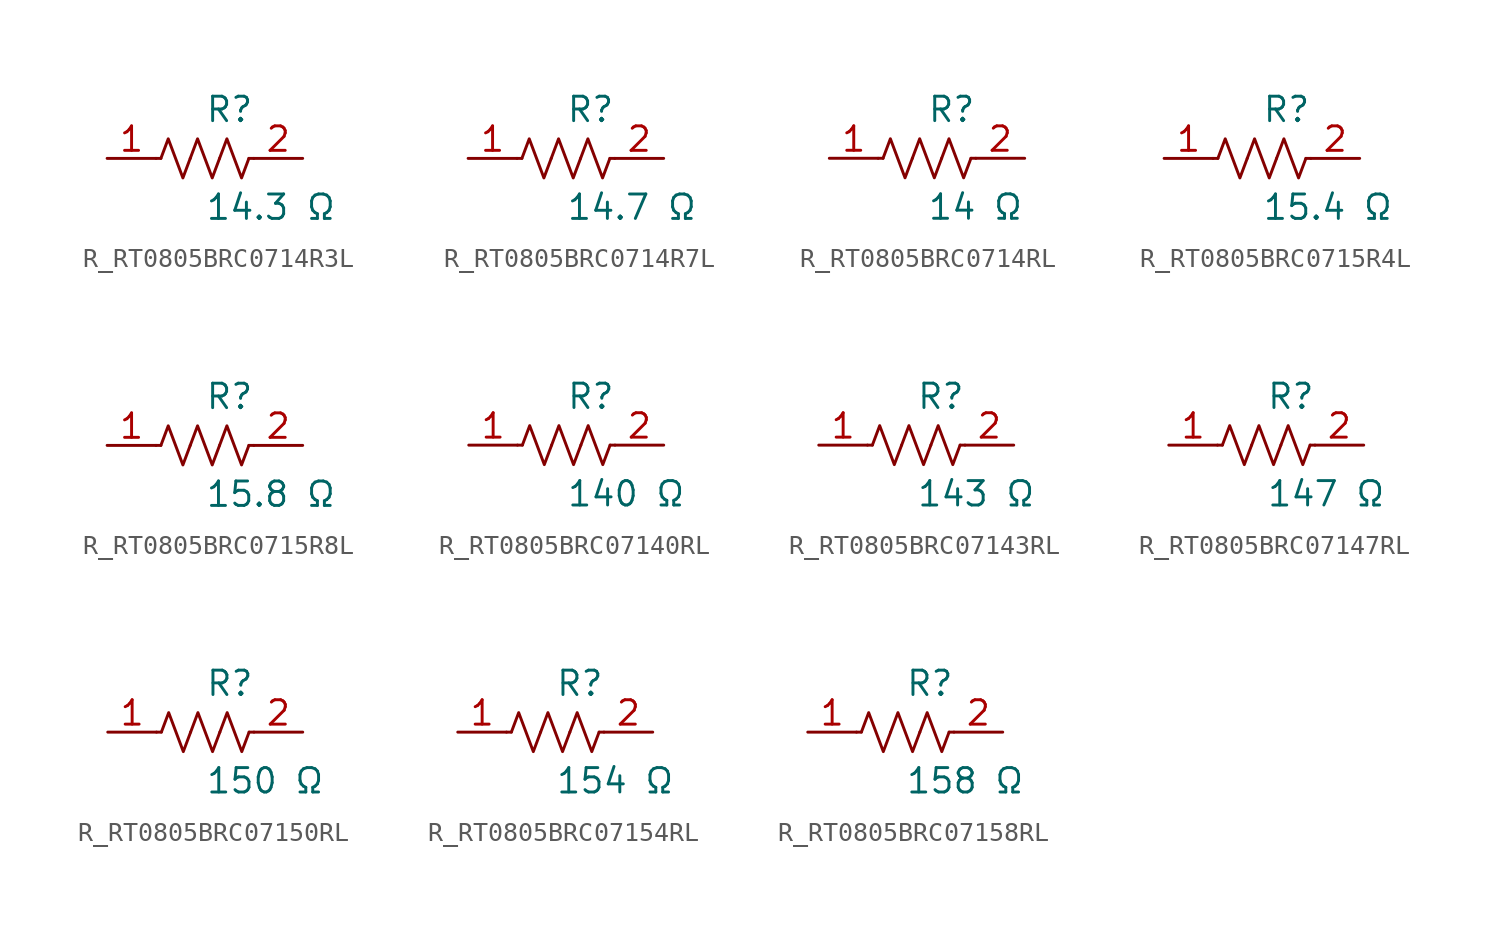
<source format=kicad_sym>
(kicad_symbol_lib
  (version 20231120)
  (generator kicad_symbol_editor)
  (generator_version 8.0)
  (symbol "R_RT0805BRC0714R3L"
    (pin_names
      (offset 0.254))
    (property "Reference" "R"
      (at 0.0 2.54 0)
      (effects (font (size 1.27 1.27)) (justify left)))
    (property "Value" "14.3 Ω"
      (at 0.0 -2.54 0)
      (effects (font (size 1.27 1.27)) (justify left)))
    (symbol "R_RT0805BRC0714R3L_0_1"
      (polyline (pts (xy 2.286 0) (xy 2.54 0)) (stroke (width 0) (type default)) (fill (type none)))
      (polyline (pts (xy -2.286 0) (xy -2.54 0)) (stroke (width 0) (type default)) (fill (type none)))
      (polyline (pts (xy 0.762 0) (xy 1.143 1.016) (xy 1.524 0) (xy 1.905 -1.016) (xy 2.286 0)) (stroke (width 0) (type default)) (fill (type none)))
      (polyline (pts (xy -0.762 0) (xy -0.381 1.016) (xy 0 0) (xy 0.381 -1.016) (xy 0.762 0)) (stroke (width 0) (type default)) (fill (type none)))
      (polyline (pts (xy -2.286 0) (xy -1.905 1.016) (xy -1.524 0) (xy -1.143 -1.016) (xy -0.762 0)) (stroke (width 0) (type default)) (fill (type none))))
    (pin unspecified line
      (at -5.08 0 0)
      (length 2.54)
      (name "" (effects (font (size 1.27 1.27))))
      (number "1" (effects (font (size 1.27 1.27)))))
    (pin unspecified line
      (at 5.08 0 180)
      (length 2.54)
      (name "" (effects (font (size 1.27 1.27))))
      (number "2" (effects (font (size 1.27 1.27))))))
  (symbol "R_RT0805BRC0714R7L"
    (pin_names
      (offset 0.254))
    (property "Reference" "R"
      (at 0.0 2.54 0)
      (effects (font (size 1.27 1.27)) (justify left)))
    (property "Value" "14.7 Ω"
      (at 0.0 -2.54 0)
      (effects (font (size 1.27 1.27)) (justify left)))
    (symbol "R_RT0805BRC0714R7L_0_1"
      (polyline (pts (xy 2.286 0) (xy 2.54 0)) (stroke (width 0) (type default)) (fill (type none)))
      (polyline (pts (xy -2.286 0) (xy -2.54 0)) (stroke (width 0) (type default)) (fill (type none)))
      (polyline (pts (xy 0.762 0) (xy 1.143 1.016) (xy 1.524 0) (xy 1.905 -1.016) (xy 2.286 0)) (stroke (width 0) (type default)) (fill (type none)))
      (polyline (pts (xy -0.762 0) (xy -0.381 1.016) (xy 0 0) (xy 0.381 -1.016) (xy 0.762 0)) (stroke (width 0) (type default)) (fill (type none)))
      (polyline (pts (xy -2.286 0) (xy -1.905 1.016) (xy -1.524 0) (xy -1.143 -1.016) (xy -0.762 0)) (stroke (width 0) (type default)) (fill (type none))))
    (pin unspecified line
      (at -5.08 0 0)
      (length 2.54)
      (name "" (effects (font (size 1.27 1.27))))
      (number "1" (effects (font (size 1.27 1.27)))))
    (pin unspecified line
      (at 5.08 0 180)
      (length 2.54)
      (name "" (effects (font (size 1.27 1.27))))
      (number "2" (effects (font (size 1.27 1.27))))))
  (symbol "R_RT0805BRC0714RL"
    (pin_names
      (offset 0.254))
    (property "Reference" "R"
      (at 0.0 2.54 0)
      (effects (font (size 1.27 1.27)) (justify left)))
    (property "Value" "14 Ω"
      (at 0.0 -2.54 0)
      (effects (font (size 1.27 1.27)) (justify left)))
    (symbol "R_RT0805BRC0714RL_0_1"
      (polyline (pts (xy 2.286 0) (xy 2.54 0)) (stroke (width 0) (type default)) (fill (type none)))
      (polyline (pts (xy -2.286 0) (xy -2.54 0)) (stroke (width 0) (type default)) (fill (type none)))
      (polyline (pts (xy 0.762 0) (xy 1.143 1.016) (xy 1.524 0) (xy 1.905 -1.016) (xy 2.286 0)) (stroke (width 0) (type default)) (fill (type none)))
      (polyline (pts (xy -0.762 0) (xy -0.381 1.016) (xy 0 0) (xy 0.381 -1.016) (xy 0.762 0)) (stroke (width 0) (type default)) (fill (type none)))
      (polyline (pts (xy -2.286 0) (xy -1.905 1.016) (xy -1.524 0) (xy -1.143 -1.016) (xy -0.762 0)) (stroke (width 0) (type default)) (fill (type none))))
    (pin unspecified line
      (at -5.08 0 0)
      (length 2.54)
      (name "" (effects (font (size 1.27 1.27))))
      (number "1" (effects (font (size 1.27 1.27)))))
    (pin unspecified line
      (at 5.08 0 180)
      (length 2.54)
      (name "" (effects (font (size 1.27 1.27))))
      (number "2" (effects (font (size 1.27 1.27))))))
  (symbol "R_RT0805BRC0715R4L"
    (pin_names
      (offset 0.254))
    (property "Reference" "R"
      (at 0.0 2.54 0)
      (effects (font (size 1.27 1.27)) (justify left)))
    (property "Value" "15.4 Ω"
      (at 0.0 -2.54 0)
      (effects (font (size 1.27 1.27)) (justify left)))
    (symbol "R_RT0805BRC0715R4L_0_1"
      (polyline (pts (xy 2.286 0) (xy 2.54 0)) (stroke (width 0) (type default)) (fill (type none)))
      (polyline (pts (xy -2.286 0) (xy -2.54 0)) (stroke (width 0) (type default)) (fill (type none)))
      (polyline (pts (xy 0.762 0) (xy 1.143 1.016) (xy 1.524 0) (xy 1.905 -1.016) (xy 2.286 0)) (stroke (width 0) (type default)) (fill (type none)))
      (polyline (pts (xy -0.762 0) (xy -0.381 1.016) (xy 0 0) (xy 0.381 -1.016) (xy 0.762 0)) (stroke (width 0) (type default)) (fill (type none)))
      (polyline (pts (xy -2.286 0) (xy -1.905 1.016) (xy -1.524 0) (xy -1.143 -1.016) (xy -0.762 0)) (stroke (width 0) (type default)) (fill (type none))))
    (pin unspecified line
      (at -5.08 0 0)
      (length 2.54)
      (name "" (effects (font (size 1.27 1.27))))
      (number "1" (effects (font (size 1.27 1.27)))))
    (pin unspecified line
      (at 5.08 0 180)
      (length 2.54)
      (name "" (effects (font (size 1.27 1.27))))
      (number "2" (effects (font (size 1.27 1.27))))))
  (symbol "R_RT0805BRC0715R8L"
    (pin_names
      (offset 0.254))
    (property "Reference" "R"
      (at 0.0 2.54 0)
      (effects (font (size 1.27 1.27)) (justify left)))
    (property "Value" "15.8 Ω"
      (at 0.0 -2.54 0)
      (effects (font (size 1.27 1.27)) (justify left)))
    (symbol "R_RT0805BRC0715R8L_0_1"
      (polyline (pts (xy 2.286 0) (xy 2.54 0)) (stroke (width 0) (type default)) (fill (type none)))
      (polyline (pts (xy -2.286 0) (xy -2.54 0)) (stroke (width 0) (type default)) (fill (type none)))
      (polyline (pts (xy 0.762 0) (xy 1.143 1.016) (xy 1.524 0) (xy 1.905 -1.016) (xy 2.286 0)) (stroke (width 0) (type default)) (fill (type none)))
      (polyline (pts (xy -0.762 0) (xy -0.381 1.016) (xy 0 0) (xy 0.381 -1.016) (xy 0.762 0)) (stroke (width 0) (type default)) (fill (type none)))
      (polyline (pts (xy -2.286 0) (xy -1.905 1.016) (xy -1.524 0) (xy -1.143 -1.016) (xy -0.762 0)) (stroke (width 0) (type default)) (fill (type none))))
    (pin unspecified line
      (at -5.08 0 0)
      (length 2.54)
      (name "" (effects (font (size 1.27 1.27))))
      (number "1" (effects (font (size 1.27 1.27)))))
    (pin unspecified line
      (at 5.08 0 180)
      (length 2.54)
      (name "" (effects (font (size 1.27 1.27))))
      (number "2" (effects (font (size 1.27 1.27))))))
  (symbol "R_RT0805BRC07140RL"
    (pin_names
      (offset 0.254))
    (property "Reference" "R"
      (at 0.0 2.54 0)
      (effects (font (size 1.27 1.27)) (justify left)))
    (property "Value" "140 Ω"
      (at 0.0 -2.54 0)
      (effects (font (size 1.27 1.27)) (justify left)))
    (symbol "R_RT0805BRC07140RL_0_1"
      (polyline (pts (xy 2.286 0) (xy 2.54 0)) (stroke (width 0) (type default)) (fill (type none)))
      (polyline (pts (xy -2.286 0) (xy -2.54 0)) (stroke (width 0) (type default)) (fill (type none)))
      (polyline (pts (xy 0.762 0) (xy 1.143 1.016) (xy 1.524 0) (xy 1.905 -1.016) (xy 2.286 0)) (stroke (width 0) (type default)) (fill (type none)))
      (polyline (pts (xy -0.762 0) (xy -0.381 1.016) (xy 0 0) (xy 0.381 -1.016) (xy 0.762 0)) (stroke (width 0) (type default)) (fill (type none)))
      (polyline (pts (xy -2.286 0) (xy -1.905 1.016) (xy -1.524 0) (xy -1.143 -1.016) (xy -0.762 0)) (stroke (width 0) (type default)) (fill (type none))))
    (pin unspecified line
      (at -5.08 0 0)
      (length 2.54)
      (name "" (effects (font (size 1.27 1.27))))
      (number "1" (effects (font (size 1.27 1.27)))))
    (pin unspecified line
      (at 5.08 0 180)
      (length 2.54)
      (name "" (effects (font (size 1.27 1.27))))
      (number "2" (effects (font (size 1.27 1.27))))))
  (symbol "R_RT0805BRC07143RL"
    (pin_names
      (offset 0.254))
    (property "Reference" "R"
      (at 0.0 2.54 0)
      (effects (font (size 1.27 1.27)) (justify left)))
    (property "Value" "143 Ω"
      (at 0.0 -2.54 0)
      (effects (font (size 1.27 1.27)) (justify left)))
    (symbol "R_RT0805BRC07143RL_0_1"
      (polyline (pts (xy 2.286 0) (xy 2.54 0)) (stroke (width 0) (type default)) (fill (type none)))
      (polyline (pts (xy -2.286 0) (xy -2.54 0)) (stroke (width 0) (type default)) (fill (type none)))
      (polyline (pts (xy 0.762 0) (xy 1.143 1.016) (xy 1.524 0) (xy 1.905 -1.016) (xy 2.286 0)) (stroke (width 0) (type default)) (fill (type none)))
      (polyline (pts (xy -0.762 0) (xy -0.381 1.016) (xy 0 0) (xy 0.381 -1.016) (xy 0.762 0)) (stroke (width 0) (type default)) (fill (type none)))
      (polyline (pts (xy -2.286 0) (xy -1.905 1.016) (xy -1.524 0) (xy -1.143 -1.016) (xy -0.762 0)) (stroke (width 0) (type default)) (fill (type none))))
    (pin unspecified line
      (at -5.08 0 0)
      (length 2.54)
      (name "" (effects (font (size 1.27 1.27))))
      (number "1" (effects (font (size 1.27 1.27)))))
    (pin unspecified line
      (at 5.08 0 180)
      (length 2.54)
      (name "" (effects (font (size 1.27 1.27))))
      (number "2" (effects (font (size 1.27 1.27))))))
  (symbol "R_RT0805BRC07147RL"
    (pin_names
      (offset 0.254))
    (property "Reference" "R"
      (at 0.0 2.54 0)
      (effects (font (size 1.27 1.27)) (justify left)))
    (property "Value" "147 Ω"
      (at 0.0 -2.54 0)
      (effects (font (size 1.27 1.27)) (justify left)))
    (symbol "R_RT0805BRC07147RL_0_1"
      (polyline (pts (xy 2.286 0) (xy 2.54 0)) (stroke (width 0) (type default)) (fill (type none)))
      (polyline (pts (xy -2.286 0) (xy -2.54 0)) (stroke (width 0) (type default)) (fill (type none)))
      (polyline (pts (xy 0.762 0) (xy 1.143 1.016) (xy 1.524 0) (xy 1.905 -1.016) (xy 2.286 0)) (stroke (width 0) (type default)) (fill (type none)))
      (polyline (pts (xy -0.762 0) (xy -0.381 1.016) (xy 0 0) (xy 0.381 -1.016) (xy 0.762 0)) (stroke (width 0) (type default)) (fill (type none)))
      (polyline (pts (xy -2.286 0) (xy -1.905 1.016) (xy -1.524 0) (xy -1.143 -1.016) (xy -0.762 0)) (stroke (width 0) (type default)) (fill (type none))))
    (pin unspecified line
      (at -5.08 0 0)
      (length 2.54)
      (name "" (effects (font (size 1.27 1.27))))
      (number "1" (effects (font (size 1.27 1.27)))))
    (pin unspecified line
      (at 5.08 0 180)
      (length 2.54)
      (name "" (effects (font (size 1.27 1.27))))
      (number "2" (effects (font (size 1.27 1.27))))))
  (symbol "R_RT0805BRC07150RL"
    (pin_names
      (offset 0.254))
    (property "Reference" "R"
      (at 0.0 2.54 0)
      (effects (font (size 1.27 1.27)) (justify left)))
    (property "Value" "150 Ω"
      (at 0.0 -2.54 0)
      (effects (font (size 1.27 1.27)) (justify left)))
    (symbol "R_RT0805BRC07150RL_0_1"
      (polyline (pts (xy 2.286 0) (xy 2.54 0)) (stroke (width 0) (type default)) (fill (type none)))
      (polyline (pts (xy -2.286 0) (xy -2.54 0)) (stroke (width 0) (type default)) (fill (type none)))
      (polyline (pts (xy 0.762 0) (xy 1.143 1.016) (xy 1.524 0) (xy 1.905 -1.016) (xy 2.286 0)) (stroke (width 0) (type default)) (fill (type none)))
      (polyline (pts (xy -0.762 0) (xy -0.381 1.016) (xy 0 0) (xy 0.381 -1.016) (xy 0.762 0)) (stroke (width 0) (type default)) (fill (type none)))
      (polyline (pts (xy -2.286 0) (xy -1.905 1.016) (xy -1.524 0) (xy -1.143 -1.016) (xy -0.762 0)) (stroke (width 0) (type default)) (fill (type none))))
    (pin unspecified line
      (at -5.08 0 0)
      (length 2.54)
      (name "" (effects (font (size 1.27 1.27))))
      (number "1" (effects (font (size 1.27 1.27)))))
    (pin unspecified line
      (at 5.08 0 180)
      (length 2.54)
      (name "" (effects (font (size 1.27 1.27))))
      (number "2" (effects (font (size 1.27 1.27))))))
  (symbol "R_RT0805BRC07154RL"
    (pin_names
      (offset 0.254))
    (property "Reference" "R"
      (at 0.0 2.54 0)
      (effects (font (size 1.27 1.27)) (justify left)))
    (property "Value" "154 Ω"
      (at 0.0 -2.54 0)
      (effects (font (size 1.27 1.27)) (justify left)))
    (symbol "R_RT0805BRC07154RL_0_1"
      (polyline (pts (xy 2.286 0) (xy 2.54 0)) (stroke (width 0) (type default)) (fill (type none)))
      (polyline (pts (xy -2.286 0) (xy -2.54 0)) (stroke (width 0) (type default)) (fill (type none)))
      (polyline (pts (xy 0.762 0) (xy 1.143 1.016) (xy 1.524 0) (xy 1.905 -1.016) (xy 2.286 0)) (stroke (width 0) (type default)) (fill (type none)))
      (polyline (pts (xy -0.762 0) (xy -0.381 1.016) (xy 0 0) (xy 0.381 -1.016) (xy 0.762 0)) (stroke (width 0) (type default)) (fill (type none)))
      (polyline (pts (xy -2.286 0) (xy -1.905 1.016) (xy -1.524 0) (xy -1.143 -1.016) (xy -0.762 0)) (stroke (width 0) (type default)) (fill (type none))))
    (pin unspecified line
      (at -5.08 0 0)
      (length 2.54)
      (name "" (effects (font (size 1.27 1.27))))
      (number "1" (effects (font (size 1.27 1.27)))))
    (pin unspecified line
      (at 5.08 0 180)
      (length 2.54)
      (name "" (effects (font (size 1.27 1.27))))
      (number "2" (effects (font (size 1.27 1.27))))))
  (symbol "R_RT0805BRC07158RL"
    (pin_names
      (offset 0.254))
    (property "Reference" "R"
      (at 0.0 2.54 0)
      (effects (font (size 1.27 1.27)) (justify left)))
    (property "Value" "158 Ω"
      (at 0.0 -2.54 0)
      (effects (font (size 1.27 1.27)) (justify left)))
    (symbol "R_RT0805BRC07158RL_0_1"
      (polyline (pts (xy 2.286 0) (xy 2.54 0)) (stroke (width 0) (type default)) (fill (type none)))
      (polyline (pts (xy -2.286 0) (xy -2.54 0)) (stroke (width 0) (type default)) (fill (type none)))
      (polyline (pts (xy 0.762 0) (xy 1.143 1.016) (xy 1.524 0) (xy 1.905 -1.016) (xy 2.286 0)) (stroke (width 0) (type default)) (fill (type none)))
      (polyline (pts (xy -0.762 0) (xy -0.381 1.016) (xy 0 0) (xy 0.381 -1.016) (xy 0.762 0)) (stroke (width 0) (type default)) (fill (type none)))
      (polyline (pts (xy -2.286 0) (xy -1.905 1.016) (xy -1.524 0) (xy -1.143 -1.016) (xy -0.762 0)) (stroke (width 0) (type default)) (fill (type none))))
    (pin unspecified line
      (at -5.08 0 0)
      (length 2.54)
      (name "" (effects (font (size 1.27 1.27))))
      (number "1" (effects (font (size 1.27 1.27)))))
    (pin unspecified line
      (at 5.08 0 180)
      (length 2.54)
      (name "" (effects (font (size 1.27 1.27))))
      (number "2" (effects (font (size 1.27 1.27)))))))
</source>
